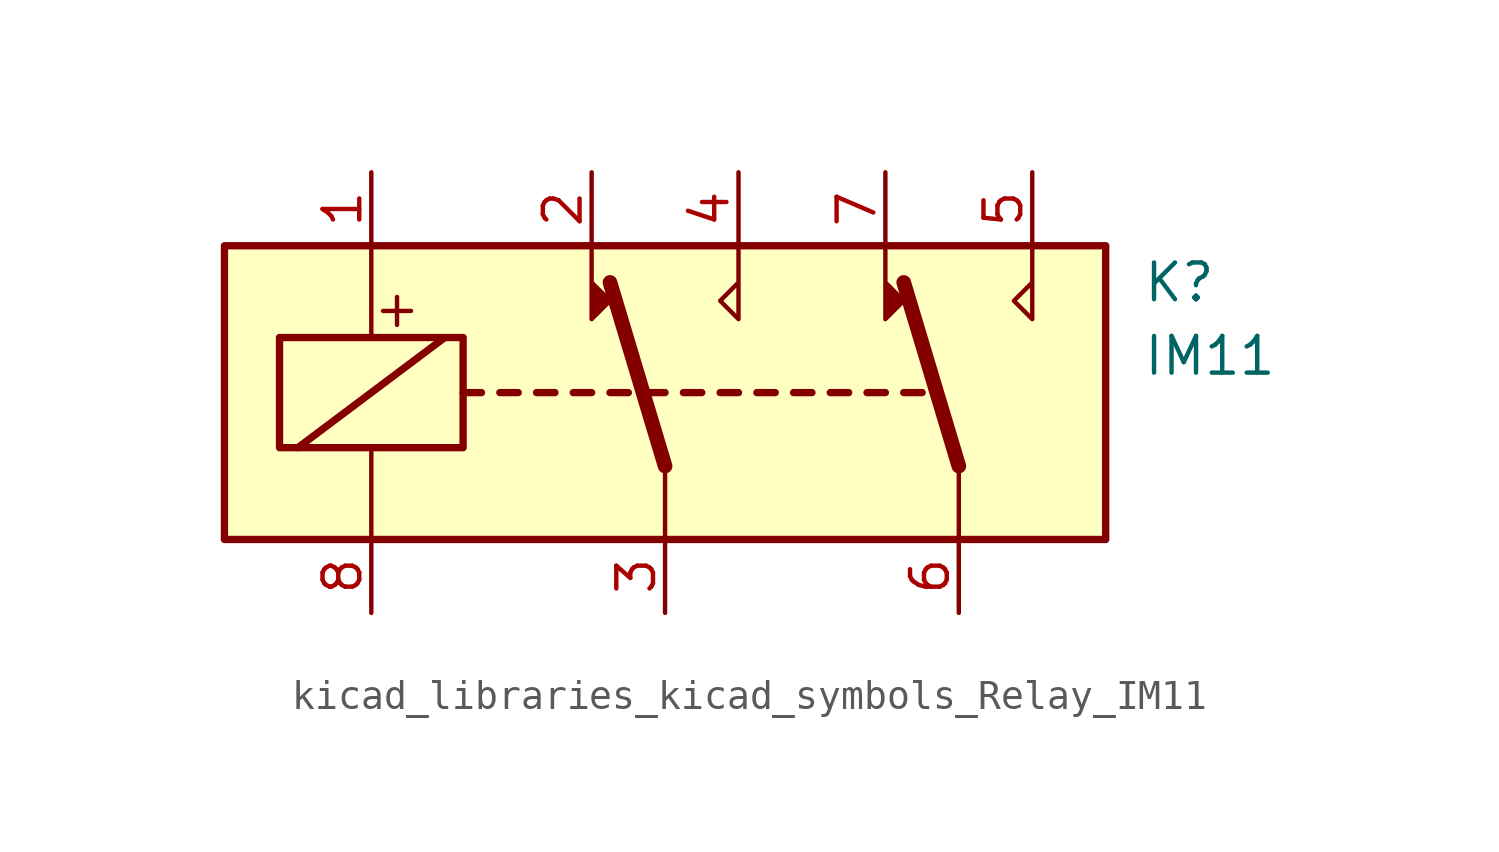
<source format=kicad_sym>
(kicad_symbol_lib
  (version 20220914)
  (generator kicad_symbol_editor)
  (symbol "kicad_libraries_kicad_symbols_Relay_IM11"
    (property "Reference" "K"
      (at 16.51 3.81 0)
      (effects (font (size 1.27 1.27)) (justify left)))
    (property "Value" "IM11"
      (at 16.51 1.27 0)
      (effects (font (size 1.27 1.27)) (justify left)))
    (symbol "kicad_libraries_kicad_symbols_Relay_IM11_0_0"
      (text "+" (at -9.271 2.921 0) (effects (font (size 1.27 1.27)))))
    (symbol "kicad_libraries_kicad_symbols_Relay_IM11_0_1"
      (rectangle (start -15.24 5.08) (end 15.24 -5.08) (stroke (width 0.254) (type default)) (fill (type background)))
      (rectangle (start -13.335 1.905) (end -6.985 -1.905) (stroke (width 0.254) (type default)) (fill (type none)))
      (polyline (pts (xy -12.7 -1.905) (xy -7.62 1.905)) (stroke (width 0.254) (type default)) (fill (type none)))
      (polyline (pts (xy -10.16 -5.08) (xy -10.16 -1.905)) (stroke (width 0) (type default)) (fill (type none)))
      (polyline (pts (xy -10.16 5.08) (xy -10.16 1.905)) (stroke (width 0) (type default)) (fill (type none)))
      (polyline (pts (xy -6.985 0) (xy -6.35 0)) (stroke (width 0.254) (type default)) (fill (type none)))
      (polyline (pts (xy -5.715 0) (xy -5.08 0)) (stroke (width 0.254) (type default)) (fill (type none)))
      (polyline (pts (xy -4.445 0) (xy -3.81 0)) (stroke (width 0.254) (type default)) (fill (type none)))
      (polyline (pts (xy -3.175 0) (xy -2.54 0)) (stroke (width 0.254) (type default)) (fill (type none)))
      (polyline (pts (xy -1.905 0) (xy -1.27 0)) (stroke (width 0.254) (type default)) (fill (type none)))
      (polyline (pts (xy -0.635 0) (xy 0 0)) (stroke (width 0.254) (type default)) (fill (type none)))
      (polyline (pts (xy 0 -2.54) (xy -1.905 3.81)) (stroke (width 0.508) (type default)) (fill (type none)))
      (polyline (pts (xy 0 -2.54) (xy 0 -5.08)) (stroke (width 0) (type default)) (fill (type none)))
      (polyline (pts (xy 0.635 0) (xy 1.27 0)) (stroke (width 0.254) (type default)) (fill (type none)))
      (polyline (pts (xy 1.905 0) (xy 2.54 0)) (stroke (width 0.254) (type default)) (fill (type none)))
      (polyline (pts (xy 3.175 0) (xy 3.81 0)) (stroke (width 0.254) (type default)) (fill (type none)))
      (polyline (pts (xy 4.445 0) (xy 5.08 0)) (stroke (width 0.254) (type default)) (fill (type none)))
      (polyline (pts (xy 5.715 0) (xy 6.35 0)) (stroke (width 0.254) (type default)) (fill (type none)))
      (polyline (pts (xy 6.985 0) (xy 7.62 0)) (stroke (width 0.254) (type default)) (fill (type none)))
      (polyline (pts (xy 8.255 0) (xy 8.89 0)) (stroke (width 0.254) (type default)) (fill (type none)))
      (polyline (pts (xy 10.16 -2.54) (xy 8.255 3.81)) (stroke (width 0.508) (type default)) (fill (type none)))
      (polyline (pts (xy 10.16 -2.54) (xy 10.16 -5.08)) (stroke (width 0) (type default)) (fill (type none)))
      (polyline (pts (xy -2.54 5.08) (xy -2.54 2.54) (xy -1.905 3.175) (xy -2.54 3.81)) (stroke (width 0) (type default)) (fill (type outline)))
      (polyline (pts (xy 2.54 5.08) (xy 2.54 2.54) (xy 1.905 3.175) (xy 2.54 3.81)) (stroke (width 0) (type default)) (fill (type none)))
      (polyline (pts (xy 7.62 5.08) (xy 7.62 2.54) (xy 8.255 3.175) (xy 7.62 3.81)) (stroke (width 0) (type default)) (fill (type outline)))
      (polyline (pts (xy 12.7 5.08) (xy 12.7 2.54) (xy 12.065 3.175) (xy 12.7 3.81)) (stroke (width 0) (type default)) (fill (type none))))
    (symbol "kicad_libraries_kicad_symbols_Relay_IM11_1_1"
      (pin passive line (at -10.16 7.62 270) (length 2.54) (name "~" (effects (font (size 1.27 1.27)))) (number "1" (effects (font (size 1.27 1.27)))))
      (pin passive line (at -2.54 7.62 270) (length 2.54) (name "~" (effects (font (size 1.27 1.27)))) (number "2" (effects (font (size 1.27 1.27)))))
      (pin passive line (at 0 -7.62 90) (length 2.54) (name "~" (effects (font (size 1.27 1.27)))) (number "3" (effects (font (size 1.27 1.27)))))
      (pin passive line (at 2.54 7.62 270) (length 2.54) (name "~" (effects (font (size 1.27 1.27)))) (number "4" (effects (font (size 1.27 1.27)))))
      (pin passive line (at 12.7 7.62 270) (length 2.54) (name "~" (effects (font (size 1.27 1.27)))) (number "5" (effects (font (size 1.27 1.27)))))
      (pin passive line (at 10.16 -7.62 90) (length 2.54) (name "~" (effects (font (size 1.27 1.27)))) (number "6" (effects (font (size 1.27 1.27)))))
      (pin passive line (at 7.62 7.62 270) (length 2.54) (name "~" (effects (font (size 1.27 1.27)))) (number "7" (effects (font (size 1.27 1.27)))))
      (pin passive line (at -10.16 -7.62 90) (length 2.54) (name "~" (effects (font (size 1.27 1.27)))) (number "8" (effects (font (size 1.27 1.27))))))))
</source>
